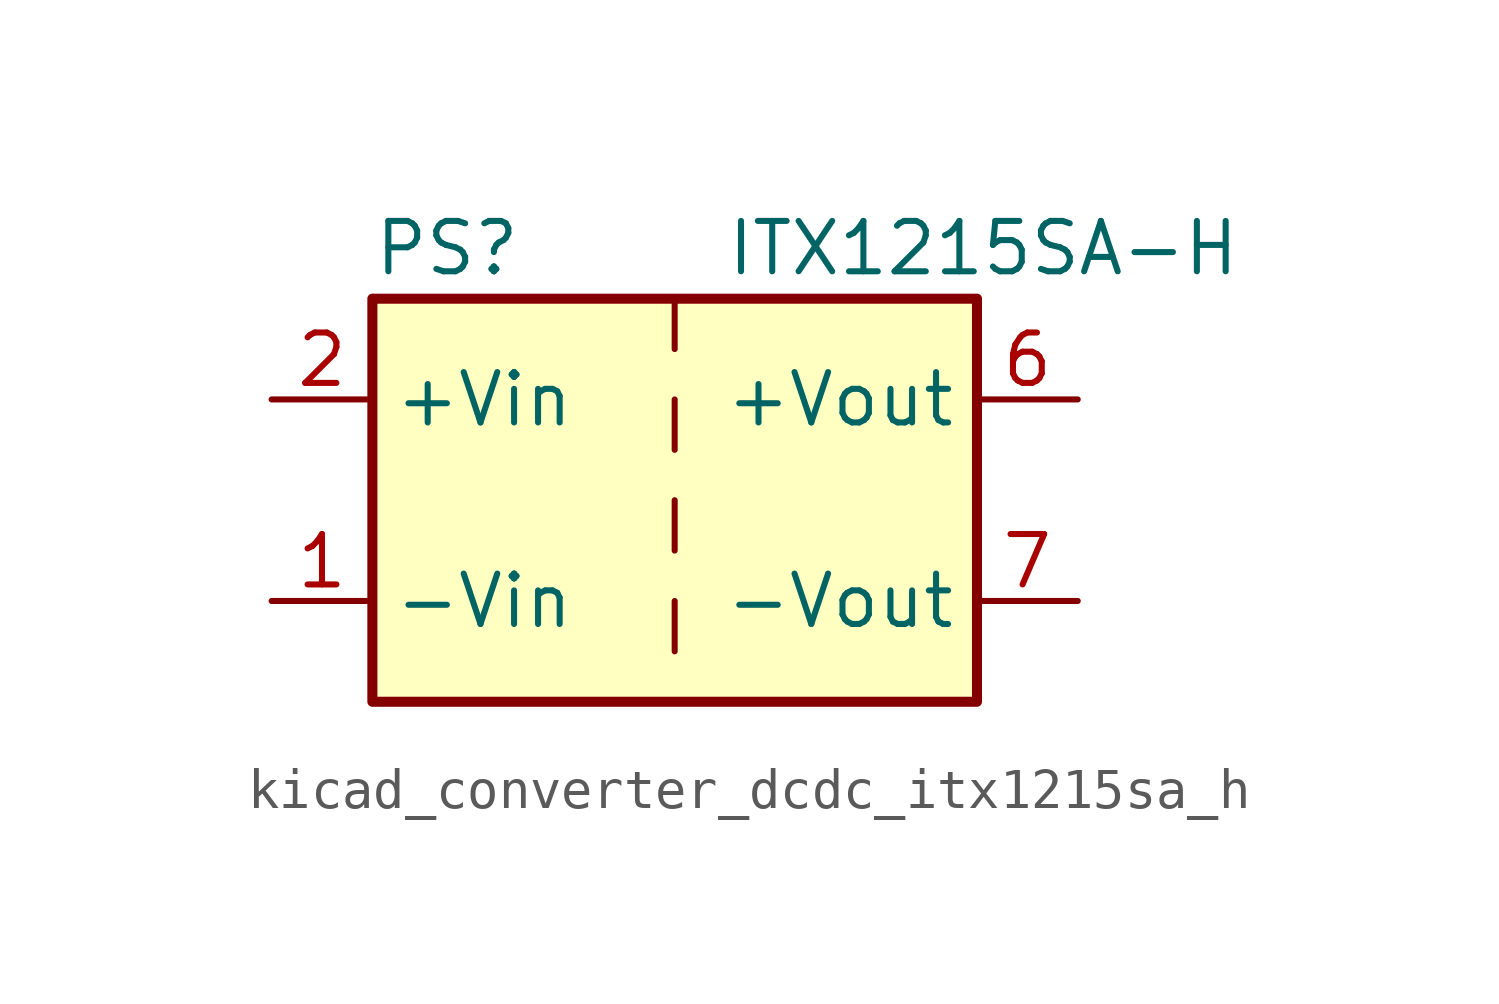
<source format=kicad_sym>
(kicad_symbol_lib
  (version 20220914)
  (generator kicad_symbol_editor)
  (symbol "kicad_converter_dcdc_itx1215sa_h"
    (property "Reference" "PS"
      (at -7.62 6.35 0)
      (effects (font (size 1.27 1.27)) (justify left)))
    (property "Value" "ITX1215SA-H"
      (at 1.27 6.35 0)
      (effects (font (size 1.27 1.27)) (justify left)))
    (symbol "kicad_converter_dcdc_itx1215sa_h_0_0"
      (pin power_in line (at -10.16 -2.54 0) (length 2.54) (name "-Vin" (effects (font (size 1.27 1.27)))) (number "1" (effects (font (size 1.27 1.27)))))
      (pin power_in line (at -10.16 2.54 0) (length 2.54) (name "+Vin" (effects (font (size 1.27 1.27)))) (number "2" (effects (font (size 1.27 1.27)))))
      (pin power_out line (at 10.16 2.54 180) (length 2.54) (name "+Vout" (effects (font (size 1.27 1.27)))) (number "6" (effects (font (size 1.27 1.27)))))
      (pin power_out line (at 10.16 -2.54 180) (length 2.54) (name "-Vout" (effects (font (size 1.27 1.27)))) (number "7" (effects (font (size 1.27 1.27)))))
      (pin no_connect line (at 7.62 0 180) (length 2.54) hide (name "NC" (effects (font (size 1.27 1.27)))) (number "8" (effects (font (size 1.27 1.27))))))
    (symbol "kicad_converter_dcdc_itx1215sa_h_0_1"
      (rectangle (start -7.62 5.08) (end 7.62 -5.08) (stroke (width 0.254) (type default)) (fill (type background)))
      (polyline (pts (xy 0 -2.54) (xy 0 -3.81)) (stroke (width 0) (type default)) (fill (type none)))
      (polyline (pts (xy 0 0) (xy 0 -1.27)) (stroke (width 0) (type default)) (fill (type none)))
      (polyline (pts (xy 0 2.54) (xy 0 1.27)) (stroke (width 0) (type default)) (fill (type none)))
      (polyline (pts (xy 0 5.08) (xy 0 3.81)) (stroke (width 0) (type default)) (fill (type none))))))
</source>
